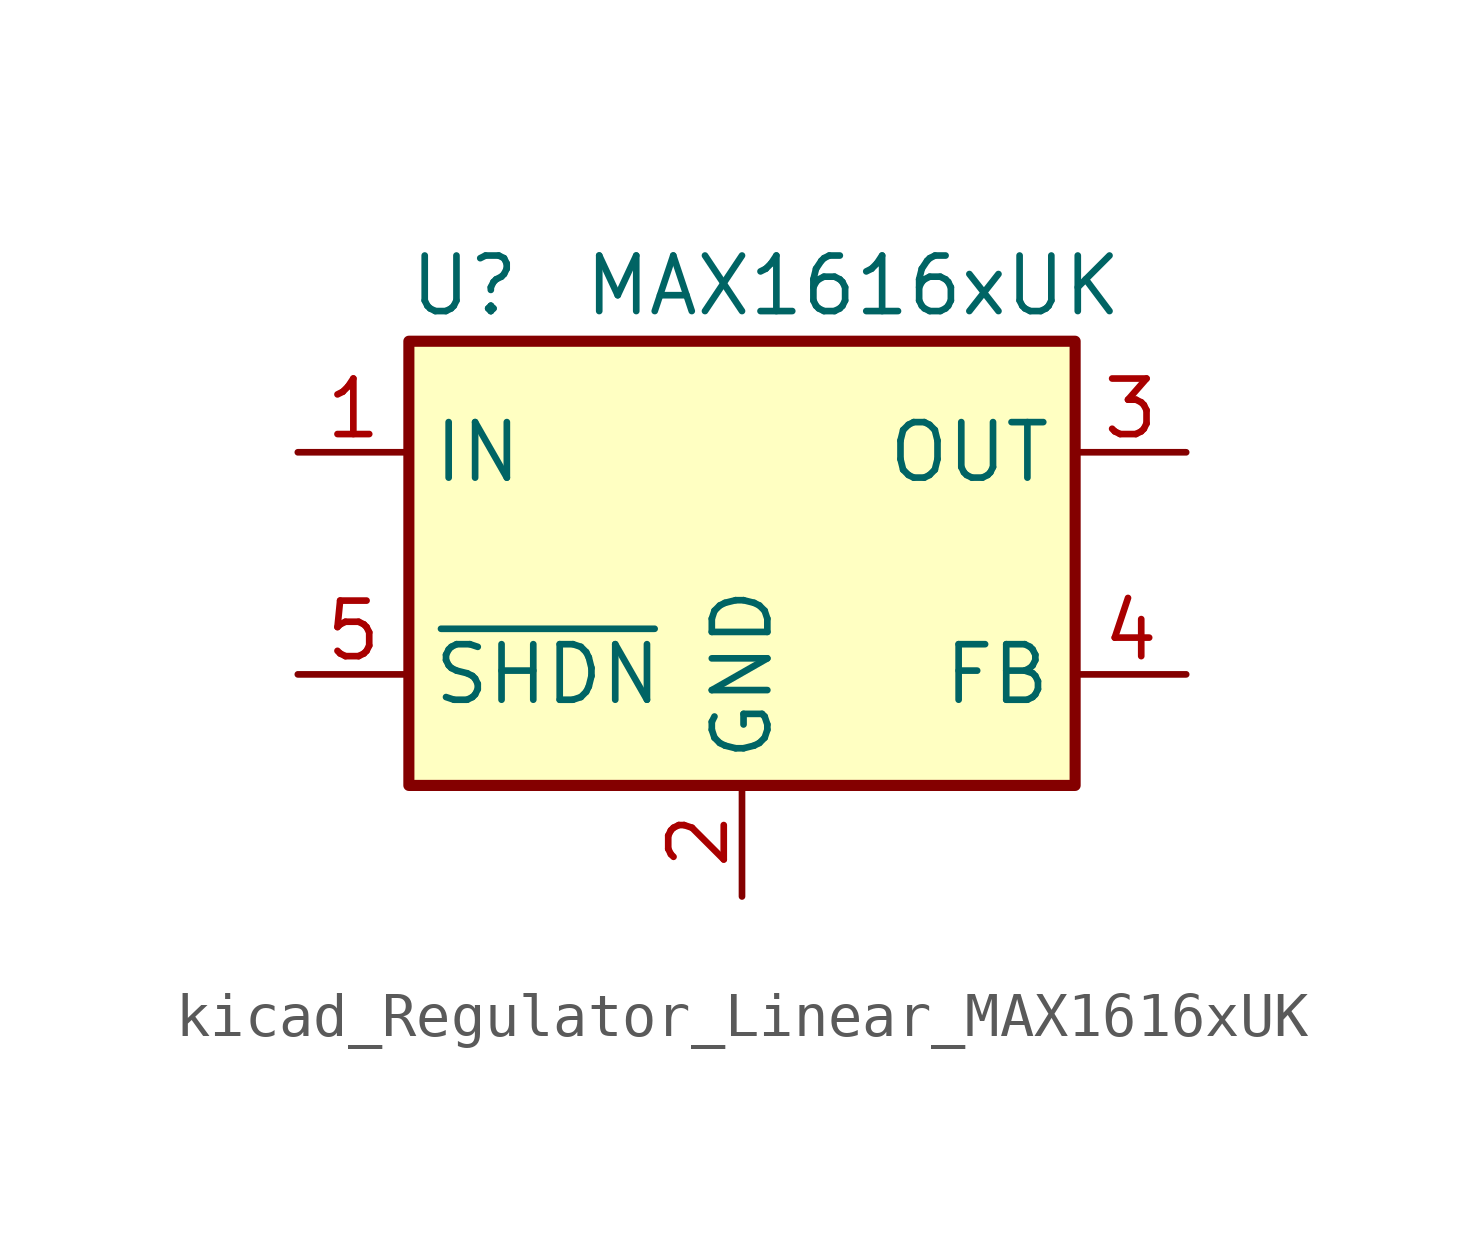
<source format=kicad_sym>
(kicad_symbol_lib
  (version 20220914)
  (generator kicad_symbol_editor)
  (symbol "kicad_Regulator_Linear_MAX1616xUK"
    (property "Reference" "U"
      (at -6.35 6.35 0)
      (effects (font (size 1.27 1.27))))
    (property "Value" "MAX1616xUK"
      (at 2.54 6.35 0)
      (effects (font (size 1.27 1.27))))
    (symbol "kicad_Regulator_Linear_MAX1616xUK_1_1"
      (rectangle (start -7.62 5.08) (end 7.62 -5.08) (stroke (width 0.254) (type default)) (fill (type background)))
      (pin power_in line (at -10.16 2.54 0) (length 2.54) (name "IN" (effects (font (size 1.27 1.27)))) (number "1" (effects (font (size 1.27 1.27)))))
      (pin power_in line (at 0 -7.62 90) (length 2.54) (name "GND" (effects (font (size 1.27 1.27)))) (number "2" (effects (font (size 1.27 1.27)))))
      (pin power_out line (at 10.16 2.54 180) (length 2.54) (name "OUT" (effects (font (size 1.27 1.27)))) (number "3" (effects (font (size 1.27 1.27)))))
      (pin input line (at 10.16 -2.54 180) (length 2.54) (name "FB" (effects (font (size 1.27 1.27)))) (number "4" (effects (font (size 1.27 1.27)))))
      (pin input line (at -10.16 -2.54 0) (length 2.54) (name "~{SHDN}" (effects (font (size 1.27 1.27)))) (number "5" (effects (font (size 1.27 1.27))))))))
</source>
